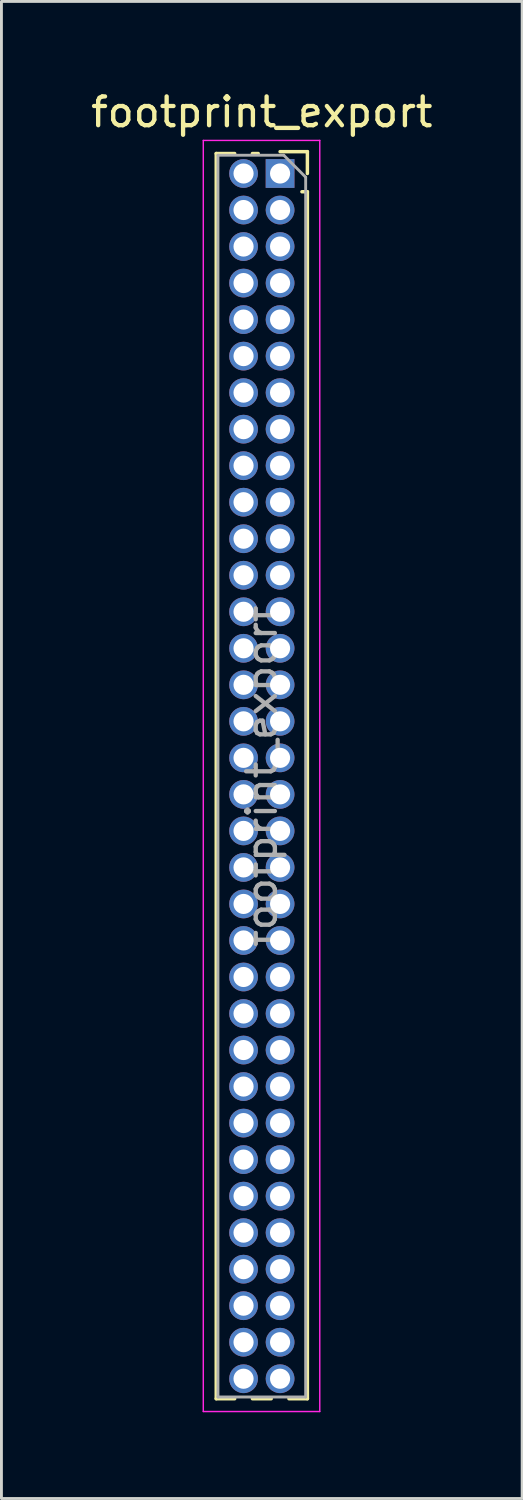
<source format=kicad_pcb>
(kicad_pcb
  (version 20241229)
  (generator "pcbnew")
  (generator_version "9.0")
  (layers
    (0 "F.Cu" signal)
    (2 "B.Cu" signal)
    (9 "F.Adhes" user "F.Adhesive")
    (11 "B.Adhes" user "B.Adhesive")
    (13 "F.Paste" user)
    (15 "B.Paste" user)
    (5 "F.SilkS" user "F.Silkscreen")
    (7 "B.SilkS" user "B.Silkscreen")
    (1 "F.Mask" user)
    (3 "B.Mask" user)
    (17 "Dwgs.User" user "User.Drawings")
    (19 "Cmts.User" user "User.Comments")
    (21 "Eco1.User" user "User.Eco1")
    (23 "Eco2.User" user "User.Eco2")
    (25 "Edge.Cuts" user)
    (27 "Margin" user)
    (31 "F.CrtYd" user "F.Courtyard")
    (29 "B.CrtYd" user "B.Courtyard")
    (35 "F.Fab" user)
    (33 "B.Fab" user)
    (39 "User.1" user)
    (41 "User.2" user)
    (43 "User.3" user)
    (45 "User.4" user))
  (footprint "footprint_export"
    (layer "F.Cu")
    (at 6.689 2.983)
    (property "Reference" "footprint_export" (at -0.635 -2.135 0) (layer "F.SilkS") (effects (font (size 1 1) (thickness 0.15))))
    (attr through_hole)
    (fp_line (start -2.22 -0.695) (end -2.22 42.605) (stroke (width 0.12) (type solid)) (layer "F.SilkS"))
    (fp_line (start -2.22 -0.695) (end -1.578 -0.695) (stroke (width 0.12) (type solid)) (layer "F.SilkS"))
    (fp_line (start -2.22 42.605) (end -1.578 42.605) (stroke (width 0.12) (type solid)) (layer "F.SilkS"))
    (fp_line (start -0.962 -0.695) (end -0.76 -0.695) (stroke (width 0.12) (type solid)) (layer "F.SilkS"))
    (fp_line (start -0.962 42.605) (end -0.308 42.605) (stroke (width 0.12) (type solid)) (layer "F.SilkS"))
    (fp_line (start 0 -0.76) (end 0.95 -0.76) (stroke (width 0.12) (type solid)) (layer "F.SilkS"))
    (fp_line (start 0.308 42.605) (end 0.95 42.605) (stroke (width 0.12) (type solid)) (layer "F.SilkS"))
    (fp_line (start 0.76 0.635) (end 0.95 0.635) (stroke (width 0.12) (type solid)) (layer "F.SilkS"))
    (fp_line (start 0.95 -0.76) (end 0.95 0) (stroke (width 0.12) (type solid)) (layer "F.SilkS"))
    (fp_line (start 0.95 0.635) (end 0.95 42.605) (stroke (width 0.12) (type solid)) (layer "F.SilkS"))
    (fp_line (start -2.67 -1.15) (end 1.38 -1.15) (stroke (width 0.05) (type solid)) (layer "F.CrtYd"))
    (fp_line (start -2.67 43.05) (end -2.67 -1.15) (stroke (width 0.05) (type solid)) (layer "F.CrtYd"))
    (fp_line (start 1.38 -1.15) (end 1.38 43.05) (stroke (width 0.05) (type solid)) (layer "F.CrtYd"))
    (fp_line (start 1.38 43.05) (end -2.67 43.05) (stroke (width 0.05) (type solid)) (layer "F.CrtYd"))
    (fp_line (start -2.16 -0.635) (end 0.128 -0.635) (stroke (width 0.1) (type solid)) (layer "F.Fab"))
    (fp_line (start -2.16 42.545) (end -2.16 -0.635) (stroke (width 0.1) (type solid)) (layer "F.Fab"))
    (fp_line (start 0.128 -0.635) (end 0.89 0.128) (stroke (width 0.1) (type solid)) (layer "F.Fab"))
    (fp_line (start 0.89 0.128) (end 0.89 42.545) (stroke (width 0.1) (type solid)) (layer "F.Fab"))
    (fp_line (start 0.89 42.545) (end -2.16 42.545) (stroke (width 0.1) (type solid)) (layer "F.Fab"))
    (fp_text user "${REFERENCE}" (at -0.635 20.955 90) (layer "F.Fab") (effects (font (size 1 1) (thickness 0.15))))
    (pad "1" thru_hole rect (at 0 0) (size 1 1) (drill 0.7) (layers "*.Cu" "*.Mask"))
    (pad "2" thru_hole oval (at -1.27 0) (size 1 1) (drill 0.7) (layers "*.Cu" "*.Mask"))
    (pad "3" thru_hole oval (at 0 1.27) (size 1 1) (drill 0.7) (layers "*.Cu" "*.Mask"))
    (pad "4" thru_hole oval (at -1.27 1.27) (size 1 1) (drill 0.7) (layers "*.Cu" "*.Mask"))
    (pad "5" thru_hole oval (at 0 2.54) (size 1 1) (drill 0.7) (layers "*.Cu" "*.Mask"))
    (pad "6" thru_hole oval (at -1.27 2.54) (size 1 1) (drill 0.7) (layers "*.Cu" "*.Mask"))
    (pad "7" thru_hole oval (at 0 3.81) (size 1 1) (drill 0.7) (layers "*.Cu" "*.Mask"))
    (pad "8" thru_hole oval (at -1.27 3.81) (size 1 1) (drill 0.7) (layers "*.Cu" "*.Mask"))
    (pad "9" thru_hole oval (at 0 5.08) (size 1 1) (drill 0.7) (layers "*.Cu" "*.Mask"))
    (pad "10" thru_hole oval (at -1.27 5.08) (size 1 1) (drill 0.7) (layers "*.Cu" "*.Mask"))
    (pad "11" thru_hole oval (at 0 6.35) (size 1 1) (drill 0.7) (layers "*.Cu" "*.Mask"))
    (pad "12" thru_hole oval (at -1.27 6.35) (size 1 1) (drill 0.7) (layers "*.Cu" "*.Mask"))
    (pad "13" thru_hole oval (at 0 7.62) (size 1 1) (drill 0.7) (layers "*.Cu" "*.Mask"))
    (pad "14" thru_hole oval (at -1.27 7.62) (size 1 1) (drill 0.7) (layers "*.Cu" "*.Mask"))
    (pad "15" thru_hole oval (at 0 8.89) (size 1 1) (drill 0.7) (layers "*.Cu" "*.Mask"))
    (pad "16" thru_hole oval (at -1.27 8.89) (size 1 1) (drill 0.7) (layers "*.Cu" "*.Mask"))
    (pad "17" thru_hole oval (at 0 10.16) (size 1 1) (drill 0.7) (layers "*.Cu" "*.Mask"))
    (pad "18" thru_hole oval (at -1.27 10.16) (size 1 1) (drill 0.7) (layers "*.Cu" "*.Mask"))
    (pad "19" thru_hole oval (at 0 11.43) (size 1 1) (drill 0.7) (layers "*.Cu" "*.Mask"))
    (pad "20" thru_hole oval (at -1.27 11.43) (size 1 1) (drill 0.7) (layers "*.Cu" "*.Mask"))
    (pad "21" thru_hole oval (at 0 12.7) (size 1 1) (drill 0.7) (layers "*.Cu" "*.Mask"))
    (pad "22" thru_hole oval (at -1.27 12.7) (size 1 1) (drill 0.7) (layers "*.Cu" "*.Mask"))
    (pad "23" thru_hole oval (at 0 13.97) (size 1 1) (drill 0.7) (layers "*.Cu" "*.Mask"))
    (pad "24" thru_hole oval (at -1.27 13.97) (size 1 1) (drill 0.7) (layers "*.Cu" "*.Mask"))
    (pad "25" thru_hole oval (at 0 15.24) (size 1 1) (drill 0.7) (layers "*.Cu" "*.Mask"))
    (pad "26" thru_hole oval (at -1.27 15.24) (size 1 1) (drill 0.7) (layers "*.Cu" "*.Mask"))
    (pad "27" thru_hole oval (at 0 16.51) (size 1 1) (drill 0.7) (layers "*.Cu" "*.Mask"))
    (pad "28" thru_hole oval (at -1.27 16.51) (size 1 1) (drill 0.7) (layers "*.Cu" "*.Mask"))
    (pad "29" thru_hole oval (at 0 17.78) (size 1 1) (drill 0.7) (layers "*.Cu" "*.Mask"))
    (pad "30" thru_hole oval (at -1.27 17.78) (size 1 1) (drill 0.7) (layers "*.Cu" "*.Mask"))
    (pad "31" thru_hole oval (at 0 19.05) (size 1 1) (drill 0.7) (layers "*.Cu" "*.Mask"))
    (pad "32" thru_hole oval (at -1.27 19.05) (size 1 1) (drill 0.7) (layers "*.Cu" "*.Mask"))
    (pad "33" thru_hole oval (at 0 20.32) (size 1 1) (drill 0.7) (layers "*.Cu" "*.Mask"))
    (pad "34" thru_hole oval (at -1.27 20.32) (size 1 1) (drill 0.7) (layers "*.Cu" "*.Mask"))
    (pad "35" thru_hole oval (at 0 21.59) (size 1 1) (drill 0.7) (layers "*.Cu" "*.Mask"))
    (pad "36" thru_hole oval (at -1.27 21.59) (size 1 1) (drill 0.7) (layers "*.Cu" "*.Mask"))
    (pad "37" thru_hole oval (at 0 22.86) (size 1 1) (drill 0.7) (layers "*.Cu" "*.Mask"))
    (pad "38" thru_hole oval (at -1.27 22.86) (size 1 1) (drill 0.7) (layers "*.Cu" "*.Mask"))
    (pad "39" thru_hole oval (at 0 24.13) (size 1 1) (drill 0.7) (layers "*.Cu" "*.Mask"))
    (pad "40" thru_hole oval (at -1.27 24.13) (size 1 1) (drill 0.7) (layers "*.Cu" "*.Mask"))
    (pad "41" thru_hole oval (at 0 25.4) (size 1 1) (drill 0.7) (layers "*.Cu" "*.Mask"))
    (pad "42" thru_hole oval (at -1.27 25.4) (size 1 1) (drill 0.7) (layers "*.Cu" "*.Mask"))
    (pad "43" thru_hole oval (at 0 26.67) (size 1 1) (drill 0.7) (layers "*.Cu" "*.Mask"))
    (pad "44" thru_hole oval (at -1.27 26.67) (size 1 1) (drill 0.7) (layers "*.Cu" "*.Mask"))
    (pad "45" thru_hole oval (at 0 27.94) (size 1 1) (drill 0.7) (layers "*.Cu" "*.Mask"))
    (pad "46" thru_hole oval (at -1.27 27.94) (size 1 1) (drill 0.7) (layers "*.Cu" "*.Mask"))
    (pad "47" thru_hole oval (at 0 29.21) (size 1 1) (drill 0.7) (layers "*.Cu" "*.Mask"))
    (pad "48" thru_hole oval (at -1.27 29.21) (size 1 1) (drill 0.7) (layers "*.Cu" "*.Mask"))
    (pad "49" thru_hole oval (at 0 30.48) (size 1 1) (drill 0.7) (layers "*.Cu" "*.Mask"))
    (pad "50" thru_hole oval (at -1.27 30.48) (size 1 1) (drill 0.7) (layers "*.Cu" "*.Mask"))
    (pad "51" thru_hole oval (at 0 31.75) (size 1 1) (drill 0.7) (layers "*.Cu" "*.Mask"))
    (pad "52" thru_hole oval (at -1.27 31.75) (size 1 1) (drill 0.7) (layers "*.Cu" "*.Mask"))
    (pad "53" thru_hole oval (at 0 33.02) (size 1 1) (drill 0.7) (layers "*.Cu" "*.Mask"))
    (pad "54" thru_hole oval (at -1.27 33.02) (size 1 1) (drill 0.7) (layers "*.Cu" "*.Mask"))
    (pad "55" thru_hole oval (at 0 34.29) (size 1 1) (drill 0.7) (layers "*.Cu" "*.Mask"))
    (pad "56" thru_hole oval (at -1.27 34.29) (size 1 1) (drill 0.7) (layers "*.Cu" "*.Mask"))
    (pad "57" thru_hole oval (at 0 35.56) (size 1 1) (drill 0.7) (layers "*.Cu" "*.Mask"))
    (pad "58" thru_hole oval (at -1.27 35.56) (size 1 1) (drill 0.7) (layers "*.Cu" "*.Mask"))
    (pad "59" thru_hole oval (at 0 36.83) (size 1 1) (drill 0.7) (layers "*.Cu" "*.Mask"))
    (pad "60" thru_hole oval (at -1.27 36.83) (size 1 1) (drill 0.7) (layers "*.Cu" "*.Mask"))
    (pad "61" thru_hole oval (at 0 38.1) (size 1 1) (drill 0.7) (layers "*.Cu" "*.Mask"))
    (pad "62" thru_hole oval (at -1.27 38.1) (size 1 1) (drill 0.7) (layers "*.Cu" "*.Mask"))
    (pad "63" thru_hole oval (at 0 39.37) (size 1 1) (drill 0.7) (layers "*.Cu" "*.Mask"))
    (pad "64" thru_hole oval (at -1.27 39.37) (size 1 1) (drill 0.7) (layers "*.Cu" "*.Mask"))
    (pad "65" thru_hole oval (at 0 40.64) (size 1 1) (drill 0.7) (layers "*.Cu" "*.Mask"))
    (pad "66" thru_hole oval (at -1.27 40.64) (size 1 1) (drill 0.7) (layers "*.Cu" "*.Mask"))
    (pad "67" thru_hole oval (at 0 41.91) (size 1 1) (drill 0.7) (layers "*.Cu" "*.Mask"))
    (pad "68" thru_hole oval (at -1.27 41.91) (size 1 1) (drill 0.7) (layers "*.Cu" "*.Mask")))
  (gr_rect
    (start -3 -3)
    (end 15.107 49.058)
    (stroke (width 0.1) (type default))
    (fill no)
    (layer "Edge.Cuts")))
</source>
